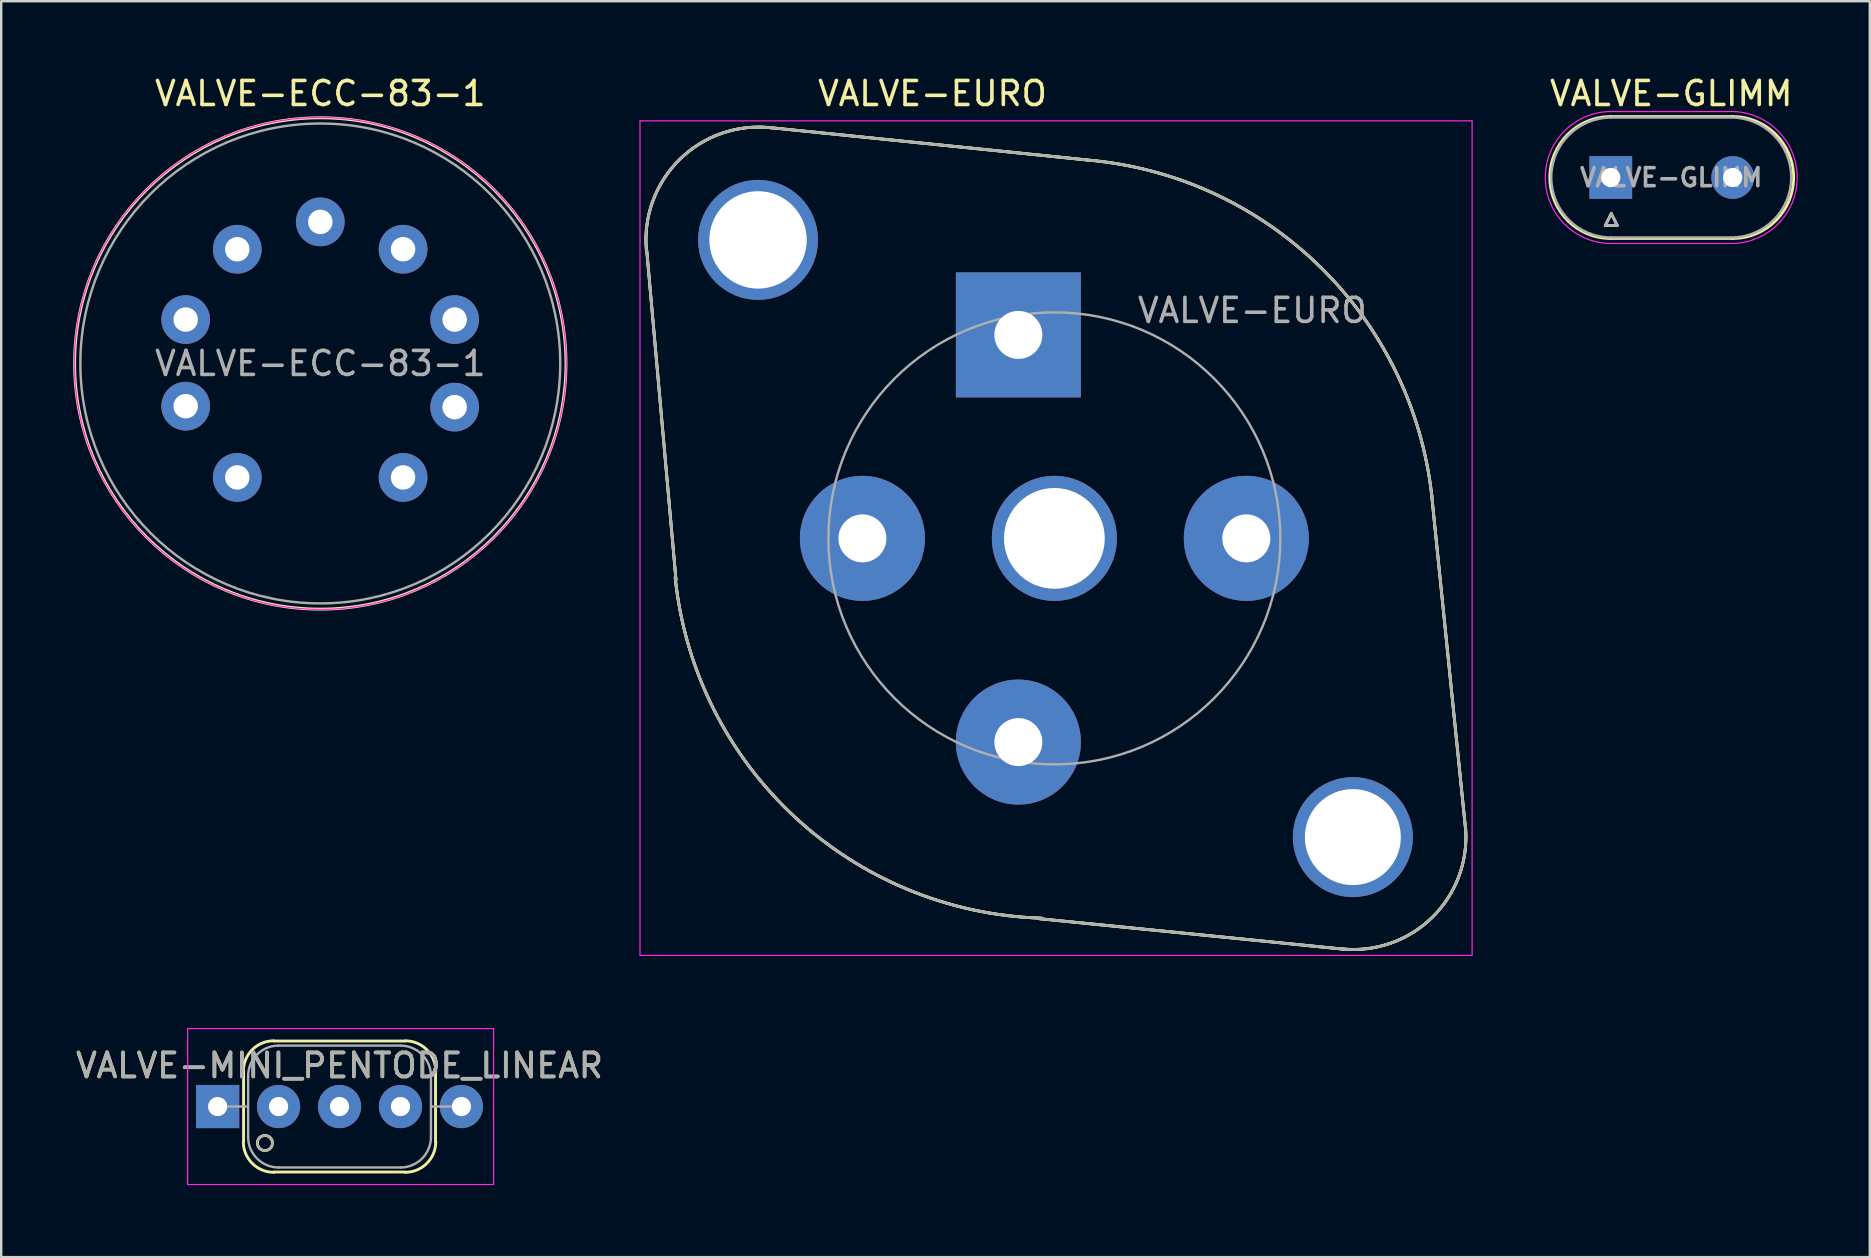
<source format=kicad_pcb>
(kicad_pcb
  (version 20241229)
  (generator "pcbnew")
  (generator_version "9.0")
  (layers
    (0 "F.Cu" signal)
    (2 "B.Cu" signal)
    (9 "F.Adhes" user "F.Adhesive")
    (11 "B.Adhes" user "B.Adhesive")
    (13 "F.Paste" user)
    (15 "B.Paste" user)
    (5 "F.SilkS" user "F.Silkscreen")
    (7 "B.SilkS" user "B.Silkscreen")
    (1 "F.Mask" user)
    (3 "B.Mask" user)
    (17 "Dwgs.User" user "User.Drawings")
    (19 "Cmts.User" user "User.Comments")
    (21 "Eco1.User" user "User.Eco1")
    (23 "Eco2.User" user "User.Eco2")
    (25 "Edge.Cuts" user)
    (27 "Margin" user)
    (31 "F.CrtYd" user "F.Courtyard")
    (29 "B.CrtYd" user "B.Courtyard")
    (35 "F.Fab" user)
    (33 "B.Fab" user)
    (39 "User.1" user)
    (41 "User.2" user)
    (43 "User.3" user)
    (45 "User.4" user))
  (footprint "VALVE-EURO"
    (layer "F.Cu")
    (at 39.393 10.908)
    (property "Reference" "VALVE-EURO" (at -3.58 -10.06 0) (layer "F.SilkS") (effects (font (size 1 1) (thickness 0.15))))
    (attr through_hole)
    (fp_line (start -14.27 10.21) (end -15.49 -3.53) (stroke (width 0.12) (type solid)) (layer "F.SilkS"))
    (fp_line (start -14.27 10.21) (end -15.49 -3.53) (stroke (width 0.12) (type solid)) (layer "F.SilkS"))
    (fp_line (start -10.36 -8.64) (end 2.87 -7.29) (stroke (width 0.12) (type solid)) (layer "F.SilkS"))
    (fp_line (start -10.36 -8.64) (end 2.87 -7.29) (stroke (width 0.12) (type solid)) (layer "F.SilkS"))
    (fp_line (start 13.54 25.6) (end 0.86 24.33) (stroke (width 0.12) (type solid)) (layer "F.SilkS"))
    (fp_line (start 13.54 25.6) (end 0.86 24.33) (stroke (width 0.12) (type solid)) (layer "F.SilkS"))
    (fp_line (start 18.64 20.62) (end 17.22 6.63) (stroke (width 0.12) (type solid)) (layer "F.SilkS"))
    (fp_line (start 18.64 20.62) (end 17.22 6.63) (stroke (width 0.12) (type solid)) (layer "F.SilkS"))
    (fp_arc (start -15.5 -3.5) (mid -14.119784 -7.310437) (end -10.288765 -8.63245) (stroke (width 0.12) (type solid)) (layer "F.SilkS"))
    (fp_arc (start -15.5 -3.5) (mid -14.119784 -7.310437) (end -10.288765 -8.63245) (stroke (width 0.12) (type solid)) (layer "F.SilkS"))
    (fp_arc (start 0.98 24.31) (mid -9.330689 20.081144) (end -14.303103 10.107747) (stroke (width 0.12) (type solid)) (layer "F.SilkS"))
    (fp_arc (start 0.98 24.31) (mid -9.330689 20.081144) (end -14.303103 10.107747) (stroke (width 0.12) (type solid)) (layer "F.SilkS"))
    (fp_arc (start 2.87 -7.29) (mid 12.560196 -2.853668) (end 17.23226 6.725098) (stroke (width 0.12) (type solid)) (layer "F.SilkS"))
    (fp_arc (start 2.87 -7.29) (mid 12.560196 -2.853668) (end 17.23226 6.725098) (stroke (width 0.12) (type solid)) (layer "F.SilkS"))
    (fp_arc (start 18.64 20.57) (mid 17.241749 24.281739) (end 13.497325 25.589944) (stroke (width 0.12) (type solid)) (layer "F.SilkS"))
    (fp_arc (start 18.64 20.57) (mid 17.241749 24.281739) (end 13.497325 25.589944) (stroke (width 0.12) (type solid)) (layer "F.SilkS"))
    (fp_line (start -15.77 -8.92) (end -15.77 25.86) (stroke (width 0.05) (type solid)) (layer "F.CrtYd"))
    (fp_line (start -15.77 -8.92) (end 18.91 -8.92) (stroke (width 0.05) (type solid)) (layer "F.CrtYd"))
    (fp_line (start 18.91 25.86) (end -15.77 25.86) (stroke (width 0.05) (type solid)) (layer "F.CrtYd"))
    (fp_line (start 18.91 25.86) (end 18.91 -8.92) (stroke (width 0.05) (type solid)) (layer "F.CrtYd"))
    (fp_line (start -14.27 10.21) (end -15.49 -3.53) (stroke (width 0.1) (type solid)) (layer "F.Fab"))
    (fp_line (start -14.27 10.21) (end -15.49 -3.53) (stroke (width 0.1) (type solid)) (layer "F.Fab"))
    (fp_line (start -10.36 -8.64) (end 2.87 -7.29) (stroke (width 0.1) (type solid)) (layer "F.Fab"))
    (fp_line (start -10.36 -8.64) (end 2.87 -7.29) (stroke (width 0.1) (type solid)) (layer "F.Fab"))
    (fp_line (start 13.54 25.6) (end 0.86 24.33) (stroke (width 0.1) (type solid)) (layer "F.Fab"))
    (fp_line (start 13.54 25.6) (end 0.86 24.33) (stroke (width 0.1) (type solid)) (layer "F.Fab"))
    (fp_line (start 18.64 20.62) (end 17.22 6.63) (stroke (width 0.1) (type solid)) (layer "F.Fab"))
    (fp_line (start 18.64 20.62) (end 17.22 6.63) (stroke (width 0.1) (type solid)) (layer "F.Fab"))
    (fp_arc (start -15.5 -3.5) (mid -14.119784 -7.310437) (end -10.288765 -8.63245) (stroke (width 0.1) (type solid)) (layer "F.Fab"))
    (fp_arc (start -15.5 -3.5) (mid -14.119784 -7.310437) (end -10.288765 -8.63245) (stroke (width 0.1) (type solid)) (layer "F.Fab"))
    (fp_arc (start 0.98 24.31) (mid -9.330689 20.081144) (end -14.303103 10.107747) (stroke (width 0.1) (type solid)) (layer "F.Fab"))
    (fp_arc (start 0.98 24.31) (mid -9.330689 20.081144) (end -14.303103 10.107747) (stroke (width 0.1) (type solid)) (layer "F.Fab"))
    (fp_arc (start 2.87 -7.29) (mid 12.560196 -2.853668) (end 17.23226 6.725098) (stroke (width 0.1) (type solid)) (layer "F.Fab"))
    (fp_arc (start 2.87 -7.29) (mid 12.560196 -2.853668) (end 17.23226 6.725098) (stroke (width 0.1) (type solid)) (layer "F.Fab"))
    (fp_arc (start 18.64 20.57) (mid 17.241749 24.281739) (end 13.497325 25.589944) (stroke (width 0.1) (type solid)) (layer "F.Fab"))
    (fp_arc (start 18.64 20.57) (mid 17.241749 24.281739) (end 13.497325 25.589944) (stroke (width 0.1) (type solid)) (layer "F.Fab"))
    (fp_circle (center 1.5 8.48) (end -5.16 15.14) (stroke (width 0.1) (type solid)) (fill no) (layer "F.Fab"))
    (fp_text user "${REFERENCE}" (at 9.75 -1.02 0) (layer "F.Fab") (effects (font (size 1 1) (thickness 0.15))))
    (pad "" thru_hole circle (at -10.85 -3.96) (size 5 5) (drill 4.06) (layers "*.Cu" "*.Mask"))
    (pad "" thru_hole circle (at 13.94 20.93) (size 5 5) (drill 4) (layers "*.Cu" "*.Mask"))
    (pad "1" thru_hole rect (at 0 0) (size 5.21 5.21) (drill 2) (layers "*.Cu" "*.Mask"))
    (pad "2" thru_hole circle (at 9.5 8.48) (size 5.21 5.21) (drill 2) (layers "*.Cu" "*.Mask"))
    (pad "3" thru_hole circle (at 0 16.97) (size 5.21 5.21) (drill 2) (layers "*.Cu" "*.Mask"))
    (pad "4" thru_hole circle (at -6.5 8.48) (size 5.21 5.21) (drill 2) (layers "*.Cu" "*.Mask"))
    (pad "5" thru_hole circle (at 1.5 8.48) (size 5.21 5.21) (drill 4.2) (layers "*.Cu" "*.Mask")))
  (footprint "VALVE-ECC-83-1"
    (layer "F.Cu")
    (at 13.749 16.848)
    (property "Reference" "VALVE-ECC-83-1" (at -3.45 -16 0) (layer "F.SilkS") (effects (font (size 1 1) (thickness 0.15))))
    (attr through_hole)
    (fp_circle (center -3.45 -4.75) (end 6.71 -3.48) (stroke (width 0.12) (type solid)) (fill no) (layer "F.SilkS"))
    (fp_circle (center -3.45 -4.75) (end -3.45 -15) (stroke (width 0.05) (type solid)) (fill no) (layer "F.CrtYd"))
    (fp_circle (center -3.45 -4.75) (end -3.45 -14.75) (stroke (width 0.1) (type solid)) (fill no) (layer "F.Fab"))
    (fp_text user "${REFERENCE}" (at -3.45 -4.75 0) (layer "F.Fab") (effects (font (size 1 1) (thickness 0.15))))
    (pad "1" thru_hole circle (at 0 0) (size 2.03 2.03) (drill 1.02) (layers "*.Cu" "*.Mask"))
    (pad "2" thru_hole circle (at 2.15 -2.93) (size 2.03 2.03) (drill 1.02) (layers "*.Cu" "*.Mask"))
    (pad "3" thru_hole circle (at 2.15 -6.58) (size 2.03 2.03) (drill 1.02) (layers "*.Cu" "*.Mask"))
    (pad "4" thru_hole circle (at 0 -9.51) (size 2.03 2.03) (drill 1.02) (layers "*.Cu" "*.Mask"))
    (pad "5" thru_hole circle (at -3.45 -10.65) (size 2.03 2.03) (drill 1.02) (layers "*.Cu" "*.Mask"))
    (pad "6" thru_hole circle (at -6.91 -9.51) (size 2.03 2.03) (drill 1.02) (layers "*.Cu" "*.Mask"))
    (pad "7" thru_hole circle (at -9.06 -6.58) (size 2.03 2.03) (drill 1.02) (layers "*.Cu" "*.Mask"))
    (pad "8" thru_hole circle (at -9.06 -2.97) (size 2.03 2.03) (drill 1.02) (layers "*.Cu" "*.Mask"))
    (pad "9" thru_hole circle (at -6.91 0) (size 2.03 2.03) (drill 1.02) (layers "*.Cu" "*.Mask")))
  (footprint "VALVE-GLIMM"
    (layer "F.Cu")
    (at 64.083 4.348)
    (property "Reference" "VALVE-GLIMM" (at 2.52 -3.5 0) (layer "F.SilkS") (effects (font (size 1 1) (thickness 0.15))))
    (attr through_hole)
    (fp_line (start -0.23 2) (end 0.27 2) (stroke (width 0.12) (type solid)) (layer "F.SilkS"))
    (fp_line (start 0 -2.54) (end 5.08 -2.54) (stroke (width 0.12) (type solid)) (layer "F.SilkS"))
    (fp_line (start 0 2.54) (end 5.08 2.54) (stroke (width 0.12) (type solid)) (layer "F.SilkS"))
    (fp_line (start 0.02 1.5) (end -0.23 2) (stroke (width 0.12) (type solid)) (layer "F.SilkS"))
    (fp_line (start 0.27 2) (end 0.02 1.5) (stroke (width 0.12) (type solid)) (layer "F.SilkS"))
    (fp_arc (start 0 2.54) (mid -2.54 0) (end 0 -2.54) (stroke (width 0.12) (type solid)) (layer "F.SilkS"))
    (fp_arc (start 5.08 -2.54) (mid 7.62 0) (end 5.08 2.54) (stroke (width 0.12) (type solid)) (layer "F.SilkS"))
    (fp_line (start 0.02 2.75) (end 5.02 2.75) (stroke (width 0.05) (type solid)) (layer "F.CrtYd"))
    (fp_line (start 5.02 -2.75) (end 0.02 -2.75) (stroke (width 0.05) (type solid)) (layer "F.CrtYd"))
    (fp_arc (start 0.02 2.75) (mid -2.73 0) (end 0.02 -2.75) (stroke (width 0.05) (type solid)) (layer "F.CrtYd"))
    (fp_arc (start 5.02 -2.75) (mid 7.77 0) (end 5.02 2.75) (stroke (width 0.05) (type solid)) (layer "F.CrtYd"))
    (fp_line (start -0.23 2) (end 0.27 2) (stroke (width 0.1) (type solid)) (layer "F.Fab"))
    (fp_line (start 0.02 1.5) (end -0.23 2) (stroke (width 0.1) (type solid)) (layer "F.Fab"))
    (fp_line (start 0.02 2.5) (end 5.02 2.5) (stroke (width 0.1) (type solid)) (layer "F.Fab"))
    (fp_line (start 0.27 2) (end 0.02 1.5) (stroke (width 0.1) (type solid)) (layer "F.Fab"))
    (fp_line (start 5.02 -2.5) (end 0.02 -2.5) (stroke (width 0.1) (type solid)) (layer "F.Fab"))
    (fp_arc (start 0.02 2.5) (mid -2.48 0) (end 0.02 -2.5) (stroke (width 0.1) (type solid)) (layer "F.Fab"))
    (fp_arc (start 5.02 -2.5) (mid 7.52 0) (end 5.02 2.5) (stroke (width 0.1) (type solid)) (layer "F.Fab"))
    (fp_text user "${REFERENCE}" (at 2.52 0 0) (layer "F.Fab") (effects (font (size 0.75 0.75) (thickness 0.15))))
    (pad "1" thru_hole rect (at 0 0) (size 1.78 1.78) (drill 0.8) (layers "*.Cu" "*.Mask"))
    (pad "2" thru_hole circle (at 5.08 0) (size 1.78 1.78) (drill 0.8) (layers "*.Cu" "*.Mask")))
  (footprint "VALVE-MINI_PENTODE_LINEAR"
    (layer "F.Cu")
    (at 6.021 43.068)
    (property "Reference" "VALVE-MINI_PENTODE_LINEAR" (at 5.08 -1.71 0) (layer "F.SilkS") (effects (font (size 1 1) (thickness 0.15))))
    (attr through_hole)
    (fp_line (start 1.08 1.46) (end 1.08 -1.52) (stroke (width 0.12) (type solid)) (layer "F.SilkS"))
    (fp_line (start 2.35 -2.73) (end 7.81 -2.73) (stroke (width 0.12) (type solid)) (layer "F.SilkS"))
    (fp_line (start 7.81 2.73) (end 2.35 2.73) (stroke (width 0.12) (type solid)) (layer "F.SilkS"))
    (fp_line (start 9.08 -1.46) (end 9.08 1.46) (stroke (width 0.12) (type solid)) (layer "F.SilkS"))
    (fp_arc (start 1.07 -1.47) (mid 1.441974 -2.368026) (end 2.34 -2.74) (stroke (width 0.12) (type solid)) (layer "F.SilkS"))
    (fp_arc (start 2.34 2.74) (mid 1.441974 2.368026) (end 1.07 1.47) (stroke (width 0.12) (type solid)) (layer "F.SilkS"))
    (fp_arc (start 7.82 -2.74) (mid 8.718026 -2.368026) (end 9.09 -1.47) (stroke (width 0.12) (type solid)) (layer "F.SilkS"))
    (fp_arc (start 9.09 1.47) (mid 8.718026 2.368026) (end 7.82 2.74) (stroke (width 0.12) (type solid)) (layer "F.SilkS"))
    (fp_circle (center 1.97 1.52) (end 2.22 1.71) (stroke (width 0.12) (type solid)) (fill no) (layer "F.SilkS"))
    (fp_line (start -1.25 -3.25) (end 11.5 -3.25) (stroke (width 0.05) (type solid)) (layer "F.CrtYd"))
    (fp_line (start -1.25 3.25) (end -1.25 -3.25) (stroke (width 0.05) (type solid)) (layer "F.CrtYd"))
    (fp_line (start 11.5 -3.25) (end 11.5 3.25) (stroke (width 0.05) (type solid)) (layer "F.CrtYd"))
    (fp_line (start 11.5 3.25) (end -1.25 3.25) (stroke (width 0.05) (type solid)) (layer "F.CrtYd"))
    (fp_line (start 0 0) (end 1.27 0) (stroke (width 0.1) (type solid)) (layer "F.Fab"))
    (fp_line (start 1.27 -1.27) (end 1.27 1.27) (stroke (width 0.1) (type solid)) (layer "F.Fab"))
    (fp_line (start 2.54 2.54) (end 7.62 2.54) (stroke (width 0.1) (type solid)) (layer "F.Fab"))
    (fp_line (start 7.62 -2.54) (end 2.54 -2.54) (stroke (width 0.1) (type solid)) (layer "F.Fab"))
    (fp_line (start 8.89 0) (end 10.16 0) (stroke (width 0.1) (type solid)) (layer "F.Fab"))
    (fp_line (start 8.89 1.27) (end 8.89 -1.27) (stroke (width 0.1) (type solid)) (layer "F.Fab"))
    (fp_arc (start 1.27 -1.27) (mid 1.641974 -2.168026) (end 2.54 -2.54) (stroke (width 0.1) (type solid)) (layer "F.Fab"))
    (fp_arc (start 2.54 2.54) (mid 1.641974 2.168026) (end 1.27 1.27) (stroke (width 0.1) (type solid)) (layer "F.Fab"))
    (fp_arc (start 7.62 -2.54) (mid 8.518026 -2.168026) (end 8.89 -1.27) (stroke (width 0.1) (type solid)) (layer "F.Fab"))
    (fp_arc (start 8.89 1.27) (mid 8.518026 2.168026) (end 7.62 2.54) (stroke (width 0.1) (type solid)) (layer "F.Fab"))
    (fp_circle (center 1.97 1.52) (end 2.22 1.71) (stroke (width 0.1) (type solid)) (fill no) (layer "F.Fab"))
    (fp_text user "${REFERENCE}" (at 5.08 -1.71 0) (layer "F.Fab") (effects (font (size 1 1) (thickness 0.15))))
    (pad "1" thru_hole rect (at 0 0) (size 1.8 1.8) (drill 0.8) (layers "*.Cu" "*.Mask"))
    (pad "2" thru_hole circle (at 2.54 0) (size 1.8 1.8) (drill 0.8) (layers "*.Cu" "*.Mask"))
    (pad "3" thru_hole circle (at 5.08 0) (size 1.8 1.8) (drill 0.8) (layers "*.Cu" "*.Mask"))
    (pad "4" thru_hole circle (at 7.62 0) (size 1.8 1.8) (drill 0.8) (layers "*.Cu" "*.Mask"))
    (pad "5" thru_hole circle (at 10.16 0) (size 1.8 1.8) (drill 0.8) (layers "*.Cu" "*.Mask")))
  (gr_rect
    (start -3 -3)
    (end 74.878 49.343)
    (stroke (width 0.1) (type default))
    (fill no)
    (layer "Edge.Cuts")))
</source>
